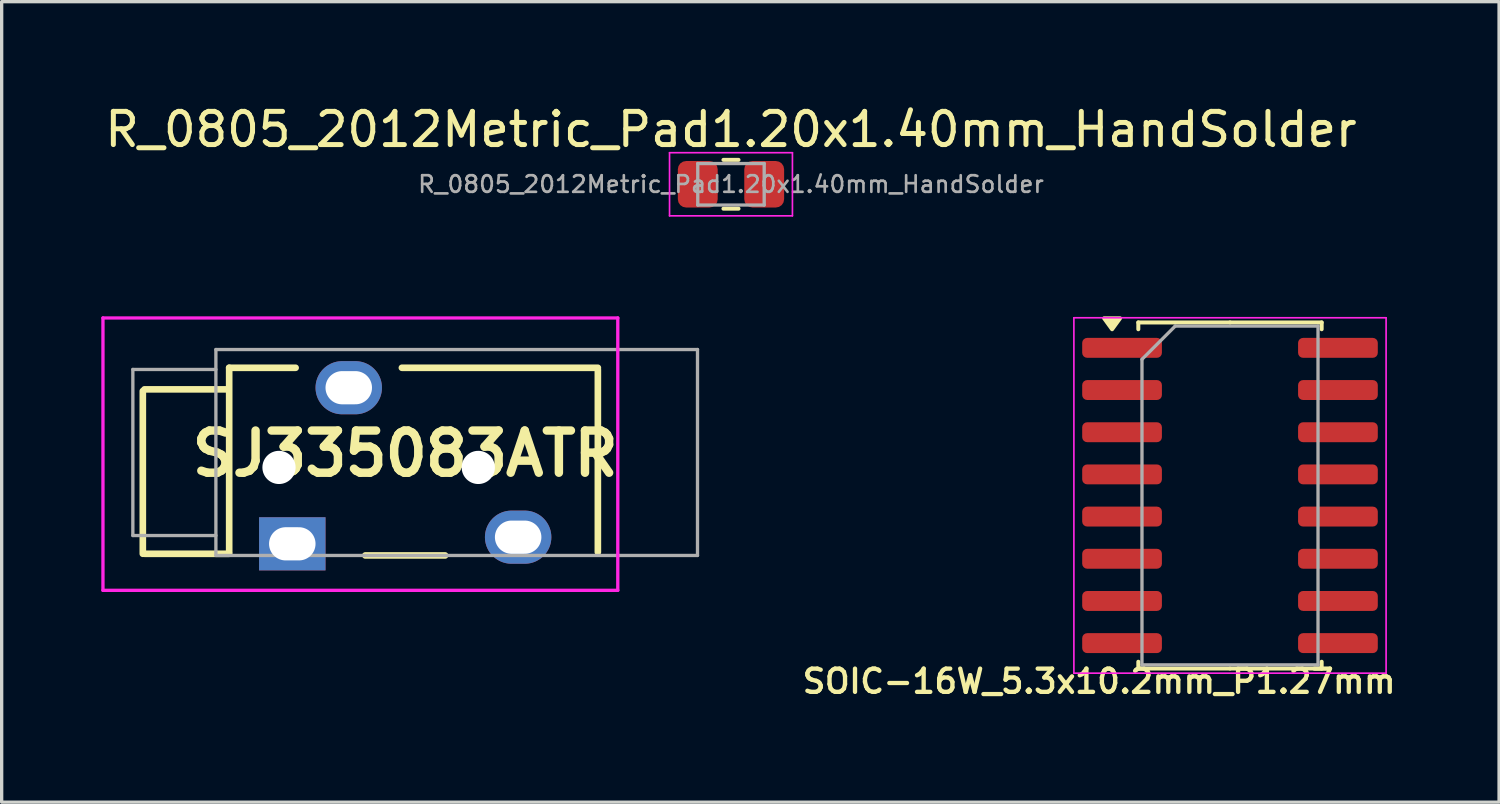
<source format=kicad_pcb>
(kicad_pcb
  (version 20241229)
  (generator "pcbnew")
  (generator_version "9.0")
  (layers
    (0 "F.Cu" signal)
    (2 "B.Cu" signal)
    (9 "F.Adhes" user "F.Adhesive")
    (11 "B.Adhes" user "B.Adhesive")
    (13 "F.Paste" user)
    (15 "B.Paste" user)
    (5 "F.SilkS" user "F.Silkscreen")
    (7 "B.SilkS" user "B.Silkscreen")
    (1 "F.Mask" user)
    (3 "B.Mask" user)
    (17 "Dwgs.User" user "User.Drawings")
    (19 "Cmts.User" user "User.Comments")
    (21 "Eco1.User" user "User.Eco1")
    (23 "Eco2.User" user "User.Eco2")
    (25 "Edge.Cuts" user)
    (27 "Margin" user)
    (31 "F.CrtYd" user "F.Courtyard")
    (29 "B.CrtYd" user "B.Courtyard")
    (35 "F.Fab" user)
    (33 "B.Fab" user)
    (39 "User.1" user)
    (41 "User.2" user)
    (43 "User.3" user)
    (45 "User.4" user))
  (footprint "SOIC-16W_5.3x10.2mm_P1.27mm"
    (layer "F.Cu")
    (at 33.982 11.868)
    (property "Reference" "SOIC-16W_5.3x10.2mm_P1.27mm" (at -3.94 5.595 0) (layer "F.SilkS") (effects (font (size 0.7 0.7) (thickness 0.13) (bold yes))))
    (attr smd)
    (fp_line (start -2.76 -5.21) (end -2.76 -5.005) (stroke (width 0.12) (type solid)) (layer "F.SilkS"))
    (fp_line (start -2.76 5.21) (end -2.76 5.005) (stroke (width 0.12) (type solid)) (layer "F.SilkS"))
    (fp_line (start 0 -5.21) (end -2.76 -5.21) (stroke (width 0.12) (type solid)) (layer "F.SilkS"))
    (fp_line (start 0 -5.21) (end 2.76 -5.21) (stroke (width 0.12) (type solid)) (layer "F.SilkS"))
    (fp_line (start 0 5.21) (end -2.76 5.21) (stroke (width 0.12) (type solid)) (layer "F.SilkS"))
    (fp_line (start 0 5.21) (end 2.76 5.21) (stroke (width 0.12) (type solid)) (layer "F.SilkS"))
    (fp_line (start 2.76 -5.21) (end 2.76 -5.005) (stroke (width 0.12) (type solid)) (layer "F.SilkS"))
    (fp_line (start 2.76 5.21) (end 2.76 5.005) (stroke (width 0.12) (type solid)) (layer "F.SilkS"))
    (fp_poly (pts (xy -3.55 -5.005) (xy -3.79 -5.335) (xy -3.31 -5.335) (xy -3.55 -5.005)) (stroke (width 0.12) (type solid)) (fill yes) (layer "F.SilkS"))
    (fp_line (start -4.7 -5.35) (end -4.7 5.35) (stroke (width 0.05) (type solid)) (layer "F.CrtYd"))
    (fp_line (start -4.7 5.35) (end 4.7 5.35) (stroke (width 0.05) (type solid)) (layer "F.CrtYd"))
    (fp_line (start 4.7 -5.35) (end -4.7 -5.35) (stroke (width 0.05) (type solid)) (layer "F.CrtYd"))
    (fp_line (start 4.7 5.35) (end 4.7 -5.35) (stroke (width 0.05) (type solid)) (layer "F.CrtYd"))
    (fp_line (start -2.65 -4.1) (end -1.65 -5.1) (stroke (width 0.1) (type solid)) (layer "F.Fab"))
    (fp_line (start -2.65 5.1) (end -2.65 -4.1) (stroke (width 0.1) (type solid)) (layer "F.Fab"))
    (fp_line (start -1.65 -5.1) (end 2.65 -5.1) (stroke (width 0.1) (type solid)) (layer "F.Fab"))
    (fp_line (start 2.65 -5.1) (end 2.65 5.1) (stroke (width 0.1) (type solid)) (layer "F.Fab"))
    (fp_line (start 2.65 5.1) (end -2.65 5.1) (stroke (width 0.1) (type solid)) (layer "F.Fab"))
    (pad "1" smd roundrect (at -3.25 -4.445) (size 2.4 0.6) (layers "F.Cu" "F.Mask" "F.Paste") (roundrect_rratio 0.25))
    (pad "2" smd roundrect (at -3.25 -3.175) (size 2.4 0.6) (layers "F.Cu" "F.Mask" "F.Paste") (roundrect_rratio 0.25))
    (pad "3" smd roundrect (at -3.25 -1.905) (size 2.4 0.6) (layers "F.Cu" "F.Mask" "F.Paste") (roundrect_rratio 0.25))
    (pad "4" smd roundrect (at -3.25 -0.635) (size 2.4 0.6) (layers "F.Cu" "F.Mask" "F.Paste") (roundrect_rratio 0.25))
    (pad "5" smd roundrect (at -3.25 0.635) (size 2.4 0.6) (layers "F.Cu" "F.Mask" "F.Paste") (roundrect_rratio 0.25))
    (pad "6" smd roundrect (at -3.25 1.905) (size 2.4 0.6) (layers "F.Cu" "F.Mask" "F.Paste") (roundrect_rratio 0.25))
    (pad "7" smd roundrect (at -3.25 3.175) (size 2.4 0.6) (layers "F.Cu" "F.Mask" "F.Paste") (roundrect_rratio 0.25))
    (pad "8" smd roundrect (at -3.25 4.445) (size 2.4 0.6) (layers "F.Cu" "F.Mask" "F.Paste") (roundrect_rratio 0.25))
    (pad "9" smd roundrect (at 3.25 4.445) (size 2.4 0.6) (layers "F.Cu" "F.Mask" "F.Paste") (roundrect_rratio 0.25))
    (pad "10" smd roundrect (at 3.25 3.175) (size 2.4 0.6) (layers "F.Cu" "F.Mask" "F.Paste") (roundrect_rratio 0.25))
    (pad "11" smd roundrect (at 3.25 1.905) (size 2.4 0.6) (layers "F.Cu" "F.Mask" "F.Paste") (roundrect_rratio 0.25))
    (pad "12" smd roundrect (at 3.25 0.635) (size 2.4 0.6) (layers "F.Cu" "F.Mask" "F.Paste") (roundrect_rratio 0.25))
    (pad "13" smd roundrect (at 3.25 -0.635) (size 2.4 0.6) (layers "F.Cu" "F.Mask" "F.Paste") (roundrect_rratio 0.25))
    (pad "14" smd roundrect (at 3.25 -1.905) (size 2.4 0.6) (layers "F.Cu" "F.Mask" "F.Paste") (roundrect_rratio 0.25))
    (pad "15" smd roundrect (at 3.25 -3.175) (size 2.4 0.6) (layers "F.Cu" "F.Mask" "F.Paste") (roundrect_rratio 0.25))
    (pad "16" smd roundrect (at 3.25 -4.445) (size 2.4 0.6) (layers "F.Cu" "F.Mask" "F.Paste") (roundrect_rratio 0.25)))
  (footprint "R_0805_2012Metric_Pad1.20x1.40mm_HandSolder"
    (layer "F.Cu")
    (at 18.958 2.498)
    (property "Reference" "R_0805_2012Metric_Pad1.20x1.40mm_HandSolder" (at 0 -1.65 0) (layer "F.SilkS") (effects (font (size 1 1) (thickness 0.15))))
    (attr smd)
    (fp_line (start -0.227 -0.735) (end 0.227 -0.735) (stroke (width 0.12) (type solid)) (layer "F.SilkS"))
    (fp_line (start -0.227 0.735) (end 0.227 0.735) (stroke (width 0.12) (type solid)) (layer "F.SilkS"))
    (fp_line (start -1.85 -0.95) (end 1.85 -0.95) (stroke (width 0.05) (type solid)) (layer "F.CrtYd"))
    (fp_line (start -1.85 0.95) (end -1.85 -0.95) (stroke (width 0.05) (type solid)) (layer "F.CrtYd"))
    (fp_line (start 1.85 -0.95) (end 1.85 0.95) (stroke (width 0.05) (type solid)) (layer "F.CrtYd"))
    (fp_line (start 1.85 0.95) (end -1.85 0.95) (stroke (width 0.05) (type solid)) (layer "F.CrtYd"))
    (fp_line (start -1 -0.625) (end 1 -0.625) (stroke (width 0.1) (type solid)) (layer "F.Fab"))
    (fp_line (start -1 0.625) (end -1 -0.625) (stroke (width 0.1) (type solid)) (layer "F.Fab"))
    (fp_line (start 1 -0.625) (end 1 0.625) (stroke (width 0.1) (type solid)) (layer "F.Fab"))
    (fp_line (start 1 0.625) (end -1 0.625) (stroke (width 0.1) (type solid)) (layer "F.Fab"))
    (fp_text user "${REFERENCE}" (at 0 0 0) (layer "F.Fab") (effects (font (size 0.5 0.5) (thickness 0.08))))
    (pad "1" smd roundrect (at -1 0 180) (size 1.2 1.4) (layers "F.Cu" "F.Mask" "F.Paste") (roundrect_rratio 0.208))
    (pad "2" smd roundrect (at 1 0 180) (size 1.2 1.4) (layers "F.Cu" "F.Mask" "F.Paste") (roundrect_rratio 0.208)))
  (footprint "SJ335083ATR"
    (layer "F.Cu")
    (at 5.55 13.023)
    (property "Reference" "SJ335083ATR" (at 3.6 -2.415 0) (layer "F.SilkS") (effects (font (size 1.27 1.27) (thickness 0.254))))
    (attr through_hole)
    (fp_line (start -4.3 -4.3) (end -4.3 0.6) (stroke (width 0.2) (type solid)) (layer "F.SilkS"))
    (fp_line (start -4.25 0.6) (end -1.7 0.6) (stroke (width 0.2) (type solid)) (layer "F.SilkS"))
    (fp_line (start -1.75 -4.35) (end -4.25 -4.35) (stroke (width 0.2) (type solid)) (layer "F.SilkS"))
    (fp_line (start -1.7 -5) (end -1.7 0.55) (stroke (width 0.2) (type solid)) (layer "F.SilkS"))
    (fp_line (start 0.3 -5) (end -1.7 -5) (stroke (width 0.2) (type solid)) (layer "F.SilkS"))
    (fp_line (start 2.4 0.65) (end 4.8 0.65) (stroke (width 0.2) (type solid)) (layer "F.SilkS"))
    (fp_line (start 3.5 -5) (end 9.4 -5) (stroke (width 0.2) (type solid)) (layer "F.SilkS"))
    (fp_line (start 9.4 -4.95) (end 9.4 0.55) (stroke (width 0.2) (type solid)) (layer "F.SilkS"))
    (fp_line (start -5.5 -6.5) (end 10 -6.5) (stroke (width 0.1) (type solid)) (layer "F.CrtYd"))
    (fp_line (start -5.5 1.7) (end -5.5 -6.5) (stroke (width 0.1) (type solid)) (layer "F.CrtYd"))
    (fp_line (start 10 -6.5) (end 10 1.7) (stroke (width 0.1) (type solid)) (layer "F.CrtYd"))
    (fp_line (start 10 1.7) (end -5.5 1.7) (stroke (width 0.1) (type solid)) (layer "F.CrtYd"))
    (fp_line (start -4.6 -4.95) (end -4.6 0.05) (stroke (width 0.1) (type solid)) (layer "F.Fab"))
    (fp_line (start -4.6 0.05) (end -2.1 0.05) (stroke (width 0.1) (type solid)) (layer "F.Fab"))
    (fp_line (start -2.1 -5.55) (end 12.4 -5.55) (stroke (width 0.1) (type solid)) (layer "F.Fab"))
    (fp_line (start -2.1 -4.95) (end -4.6 -4.95) (stroke (width 0.1) (type solid)) (layer "F.Fab"))
    (fp_line (start -2.1 0.65) (end -2.1 -5.55) (stroke (width 0.1) (type solid)) (layer "F.Fab"))
    (fp_line (start 12.4 -5.55) (end 12.4 0.65) (stroke (width 0.1) (type solid)) (layer "F.Fab"))
    (fp_line (start 12.4 0.65) (end -2.1 0.65) (stroke (width 0.1) (type solid)) (layer "F.Fab"))
    (pad "" np_thru_hole circle (at -0.2 -2) (size 1 1) (drill 1) (layers "*.Cu" "*.Mask"))
    (pad "" np_thru_hole circle (at 5.8 -2) (size 1 1) (drill 1) (layers "*.Cu" "*.Mask"))
    (pad "1" thru_hole rect (at 0.2 0.3) (size 2 1.6) (drill oval 1.4 1) (layers "*.Cu" "*.Mask"))
    (pad "2" thru_hole oval (at 7 0.1) (size 2 1.6) (drill oval 1.4 1) (layers "*.Cu" "*.Mask"))
    (pad "5" thru_hole oval (at 1.9 -4.4) (size 2 1.6) (drill oval 1.4 1) (layers "*.Cu" "*.Mask")))
  (gr_rect
    (start -3 -3)
    (end 42.083 21.101)
    (stroke (width 0.1) (type default))
    (fill no)
    (layer "Edge.Cuts")))
</source>
